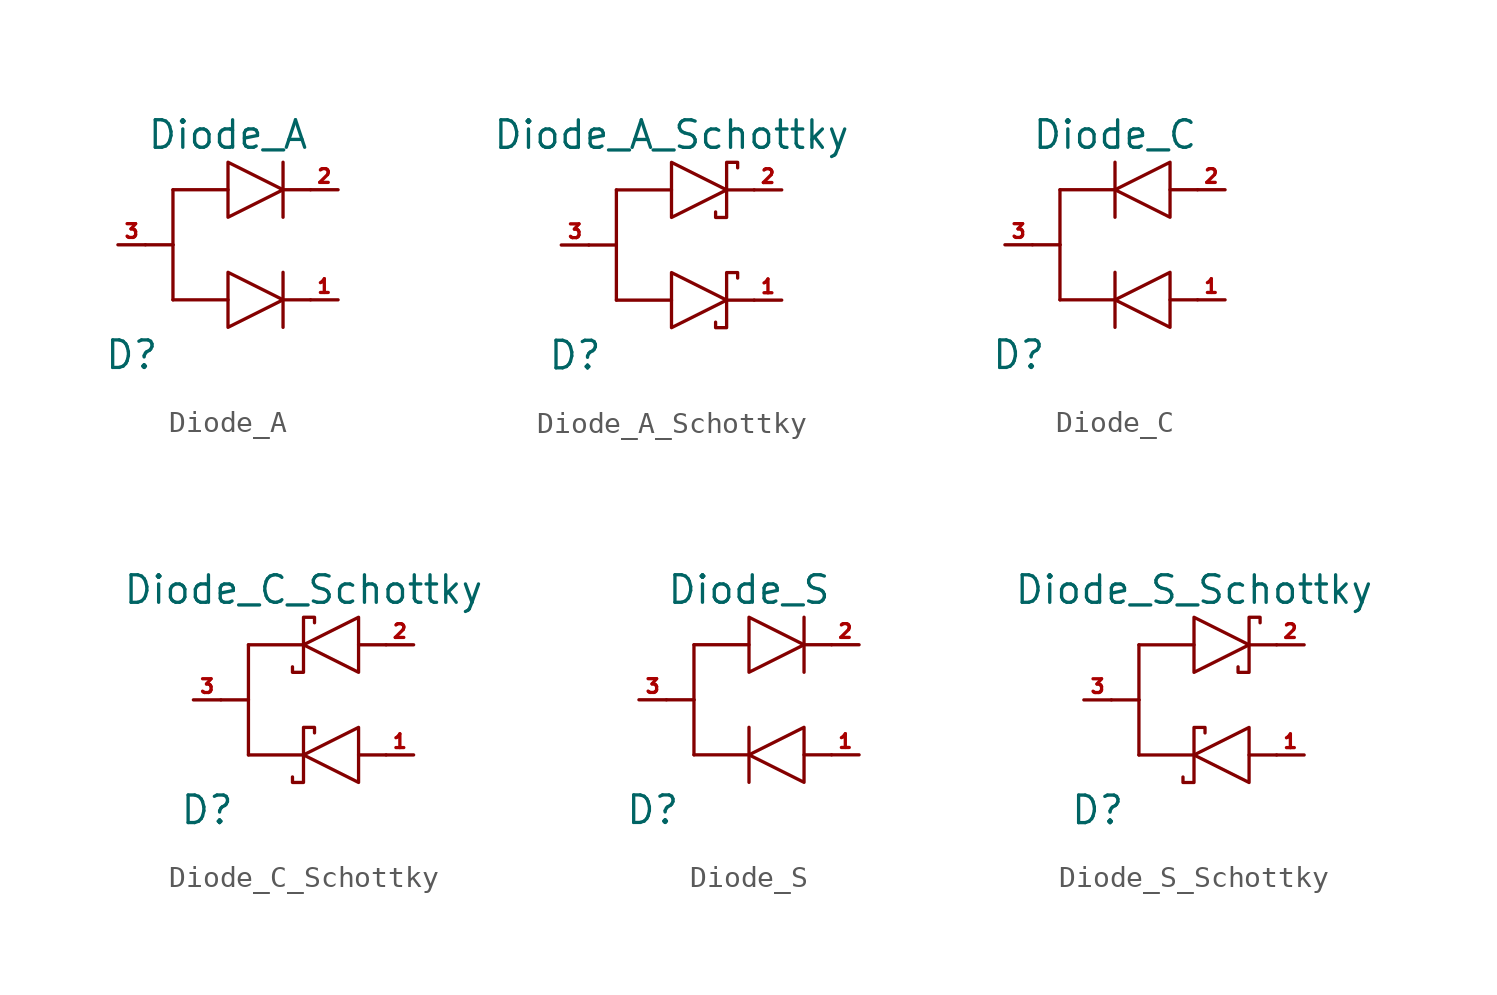
<source format=kicad_sym>
(kicad_symbol_lib
  (version 20211014)
  (generator kicad_symbol_editor)
  (symbol "Diode_A"
    (pin_names hide)
    (property "Reference" "D"
      (at -4.445 -5.08 0)
      (effects (font (size 1.27 1.27))))
    (property "Value" "Diode_A"
      (at 0 5.08 0)
      (effects (font (size 1.27 1.27))))
    (symbol "Diode_A_0_1"
      (polyline (pts (xy -3.81 0) (xy -2.54 0)) (stroke (width 0) (type default) (color 0 0 0 0)) (fill (type none)))
      (polyline (pts (xy -2.54 -2.54) (xy -2.54 0)) (stroke (width 0) (type default) (color 0 0 0 0)) (fill (type none)))
      (polyline (pts (xy -2.54 -2.54) (xy 0 -2.54)) (stroke (width 0) (type default) (color 0 0 0 0)) (fill (type none)))
      (polyline (pts (xy -2.54 2.54) (xy -2.54 0)) (stroke (width 0) (type default) (color 0 0 0 0)) (fill (type none)))
      (polyline (pts (xy -2.54 2.54) (xy 0 2.54)) (stroke (width 0) (type default) (color 0 0 0 0)) (fill (type none)))
      (polyline (pts (xy 2.54 -3.81) (xy 2.54 -1.27)) (stroke (width 0) (type default) (color 0 0 0 0)) (fill (type none)))
      (polyline (pts (xy 2.54 -2.54) (xy 3.81 -2.54)) (stroke (width 0) (type default) (color 0 0 0 0)) (fill (type none)))
      (polyline (pts (xy 2.54 1.27) (xy 2.54 3.81)) (stroke (width 0) (type default) (color 0 0 0 0)) (fill (type none)))
      (polyline (pts (xy 2.54 2.54) (xy 3.81 2.54)) (stroke (width 0) (type default) (color 0 0 0 0)) (fill (type none)))
      (polyline (pts (xy 0 -3.81) (xy 2.54 -2.54) (xy 0 -1.27) (xy 0 -3.81)) (stroke (width 0) (type default) (color 0 0 0 0)) (fill (type none)))
      (polyline (pts (xy 0 1.27) (xy 2.54 2.54) (xy 0 3.81) (xy 0 1.27)) (stroke (width 0) (type default) (color 0 0 0 0)) (fill (type none))))
    (symbol "Diode_A_1_1"
      (pin passive line (at 5.08 -2.54 180) (length 1.27) (name "Cathode" (effects (font (size 0.635 0.635)))) (number "1" (effects (font (size 0.635 0.635)))))
      (pin passive line (at 5.08 2.54 180) (length 1.27) (name "Cathode" (effects (font (size 0.635 0.635)))) (number "2" (effects (font (size 0.635 0.635)))))
      (pin passive line (at -5.08 0 0) (length 1.27) (name "Anode" (effects (font (size 0.635 0.635)))) (number "3" (effects (font (size 0.635 0.635)))))))
  (symbol "Diode_A_Schottky"
    (pin_names hide)
    (property "Reference" "D"
      (at -4.445 -5.08 0)
      (effects (font (size 1.27 1.27))))
    (property "Value" "Diode_A_Schottky"
      (at 0 5.08 0)
      (effects (font (size 1.27 1.27))))
    (symbol "Diode_A_Schottky_0_1"
      (polyline (pts (xy -3.81 0) (xy -2.54 0)) (stroke (width 0) (type default) (color 0 0 0 0)) (fill (type none)))
      (polyline (pts (xy -2.54 -2.54) (xy -2.54 0)) (stroke (width 0) (type default) (color 0 0 0 0)) (fill (type none)))
      (polyline (pts (xy -2.54 -2.54) (xy 0 -2.54)) (stroke (width 0) (type default) (color 0 0 0 0)) (fill (type none)))
      (polyline (pts (xy -2.54 2.54) (xy -2.54 0)) (stroke (width 0) (type default) (color 0 0 0 0)) (fill (type none)))
      (polyline (pts (xy -2.54 2.54) (xy 0 2.54)) (stroke (width 0) (type default) (color 0 0 0 0)) (fill (type none)))
      (polyline (pts (xy 2.54 -2.54) (xy 3.81 -2.54)) (stroke (width 0) (type default) (color 0 0 0 0)) (fill (type none)))
      (polyline (pts (xy 2.54 2.54) (xy 3.81 2.54)) (stroke (width 0) (type default) (color 0 0 0 0)) (fill (type none)))
      (polyline (pts (xy 0 -3.81) (xy 2.54 -2.54) (xy 0 -1.27) (xy 0 -3.81)) (stroke (width 0) (type default) (color 0 0 0 0)) (fill (type none)))
      (polyline (pts (xy 0 1.27) (xy 2.54 2.54) (xy 0 3.81) (xy 0 1.27)) (stroke (width 0) (type default) (color 0 0 0 0)) (fill (type none)))
      (polyline (pts (xy 3.048 -1.524) (xy 3.048 -1.27) (xy 2.54 -1.27) (xy 2.54 -3.81) (xy 2.032 -3.81) (xy 2.032 -3.556)) (stroke (width 0) (type default) (color 0 0 0 0)) (fill (type none)))
      (polyline (pts (xy 3.048 3.556) (xy 3.048 3.81) (xy 2.54 3.81) (xy 2.54 1.27) (xy 2.032 1.27) (xy 2.032 1.524)) (stroke (width 0) (type default) (color 0 0 0 0)) (fill (type none))))
    (symbol "Diode_A_Schottky_1_1"
      (pin passive line (at 5.08 -2.54 180) (length 1.27) (name "Cathode" (effects (font (size 0.635 0.635)))) (number "1" (effects (font (size 0.635 0.635)))))
      (pin passive line (at 5.08 2.54 180) (length 1.27) (name "Cathode" (effects (font (size 0.635 0.635)))) (number "2" (effects (font (size 0.635 0.635)))))
      (pin passive line (at -5.08 0 0) (length 1.27) (name "Anode" (effects (font (size 0.635 0.635)))) (number "3" (effects (font (size 0.635 0.635)))))))
  (symbol "Diode_C"
    (pin_names hide)
    (property "Reference" "D"
      (at -4.445 -5.08 0)
      (effects (font (size 1.27 1.27))))
    (property "Value" "Diode_C"
      (at 0 5.08 0)
      (effects (font (size 1.27 1.27))))
    (symbol "Diode_C_0_1"
      (polyline (pts (xy -3.81 0) (xy -2.54 0)) (stroke (width 0) (type default) (color 0 0 0 0)) (fill (type none)))
      (polyline (pts (xy -2.54 -2.54) (xy -2.54 0)) (stroke (width 0) (type default) (color 0 0 0 0)) (fill (type none)))
      (polyline (pts (xy -2.54 -2.54) (xy 0 -2.54)) (stroke (width 0) (type default) (color 0 0 0 0)) (fill (type none)))
      (polyline (pts (xy -2.54 2.54) (xy -2.54 0)) (stroke (width 0) (type default) (color 0 0 0 0)) (fill (type none)))
      (polyline (pts (xy -2.54 2.54) (xy 0 2.54)) (stroke (width 0) (type default) (color 0 0 0 0)) (fill (type none)))
      (polyline (pts (xy 0 -1.27) (xy 0 -3.81)) (stroke (width 0) (type default) (color 0 0 0 0)) (fill (type none)))
      (polyline (pts (xy 0 3.81) (xy 0 1.27)) (stroke (width 0) (type default) (color 0 0 0 0)) (fill (type none)))
      (polyline (pts (xy 2.54 -2.54) (xy 3.81 -2.54)) (stroke (width 0) (type default) (color 0 0 0 0)) (fill (type none)))
      (polyline (pts (xy 2.54 2.54) (xy 3.81 2.54)) (stroke (width 0) (type default) (color 0 0 0 0)) (fill (type none)))
      (polyline (pts (xy 2.54 -1.27) (xy 0 -2.54) (xy 2.54 -3.81) (xy 2.54 -1.27)) (stroke (width 0) (type default) (color 0 0 0 0)) (fill (type none)))
      (polyline (pts (xy 2.54 3.81) (xy 0 2.54) (xy 2.54 1.27) (xy 2.54 3.81)) (stroke (width 0) (type default) (color 0 0 0 0)) (fill (type none))))
    (symbol "Diode_C_1_1"
      (pin passive line (at 5.08 -2.54 180) (length 1.27) (name "Anode" (effects (font (size 0.635 0.635)))) (number "1" (effects (font (size 0.635 0.635)))))
      (pin passive line (at 5.08 2.54 180) (length 1.27) (name "Anode" (effects (font (size 0.635 0.635)))) (number "2" (effects (font (size 0.635 0.635)))))
      (pin passive line (at -5.08 0 0) (length 1.27) (name "Cathode" (effects (font (size 0.635 0.635)))) (number "3" (effects (font (size 0.635 0.635)))))))
  (symbol "Diode_C_Schottky"
    (pin_names hide)
    (property "Reference" "D"
      (at -4.445 -5.08 0)
      (effects (font (size 1.27 1.27))))
    (property "Value" "Diode_C_Schottky"
      (at 0 5.08 0)
      (effects (font (size 1.27 1.27))))
    (symbol "Diode_C_Schottky_0_1"
      (polyline (pts (xy -3.81 0) (xy -2.54 0)) (stroke (width 0) (type default) (color 0 0 0 0)) (fill (type none)))
      (polyline (pts (xy -2.54 -2.54) (xy -2.54 0)) (stroke (width 0) (type default) (color 0 0 0 0)) (fill (type none)))
      (polyline (pts (xy -2.54 -2.54) (xy 0 -2.54)) (stroke (width 0) (type default) (color 0 0 0 0)) (fill (type none)))
      (polyline (pts (xy -2.54 2.54) (xy -2.54 0)) (stroke (width 0) (type default) (color 0 0 0 0)) (fill (type none)))
      (polyline (pts (xy -2.54 2.54) (xy 0 2.54)) (stroke (width 0) (type default) (color 0 0 0 0)) (fill (type none)))
      (polyline (pts (xy 2.54 -2.54) (xy 3.81 -2.54)) (stroke (width 0) (type default) (color 0 0 0 0)) (fill (type none)))
      (polyline (pts (xy 2.54 2.54) (xy 3.81 2.54)) (stroke (width 0) (type default) (color 0 0 0 0)) (fill (type none)))
      (polyline (pts (xy 2.54 -1.27) (xy 0 -2.54) (xy 2.54 -3.81) (xy 2.54 -1.27)) (stroke (width 0) (type default) (color 0 0 0 0)) (fill (type none)))
      (polyline (pts (xy 2.54 3.81) (xy 0 2.54) (xy 2.54 1.27) (xy 2.54 3.81)) (stroke (width 0) (type default) (color 0 0 0 0)) (fill (type none)))
      (polyline (pts (xy 0.508 -1.524) (xy 0.508 -1.27) (xy 0 -1.27) (xy 0 -3.81) (xy -0.508 -3.81) (xy -0.508 -3.556)) (stroke (width 0) (type default) (color 0 0 0 0)) (fill (type none)))
      (polyline (pts (xy 0.508 3.556) (xy 0.508 3.81) (xy 0 3.81) (xy 0 1.27) (xy -0.508 1.27) (xy -0.508 1.524)) (stroke (width 0) (type default) (color 0 0 0 0)) (fill (type none))))
    (symbol "Diode_C_Schottky_1_1"
      (pin passive line (at 5.08 -2.54 180) (length 1.27) (name "Anode" (effects (font (size 0.635 0.635)))) (number "1" (effects (font (size 0.635 0.635)))))
      (pin passive line (at 5.08 2.54 180) (length 1.27) (name "Anode" (effects (font (size 0.635 0.635)))) (number "2" (effects (font (size 0.635 0.635)))))
      (pin passive line (at -5.08 0 0) (length 1.27) (name "Cathode" (effects (font (size 0.635 0.635)))) (number "3" (effects (font (size 0.635 0.635)))))))
  (symbol "Diode_S"
    (pin_names hide)
    (property "Reference" "D"
      (at -4.445 -5.08 0)
      (effects (font (size 1.27 1.27))))
    (property "Value" "Diode_S"
      (at 0 5.08 0)
      (effects (font (size 1.27 1.27))))
    (symbol "Diode_S_0_1"
      (polyline (pts (xy -3.81 0) (xy -2.54 0)) (stroke (width 0) (type default) (color 0 0 0 0)) (fill (type none)))
      (polyline (pts (xy -2.54 -2.54) (xy -2.54 0)) (stroke (width 0) (type default) (color 0 0 0 0)) (fill (type none)))
      (polyline (pts (xy -2.54 -2.54) (xy 0 -2.54)) (stroke (width 0) (type default) (color 0 0 0 0)) (fill (type none)))
      (polyline (pts (xy -2.54 2.54) (xy -2.54 0)) (stroke (width 0) (type default) (color 0 0 0 0)) (fill (type none)))
      (polyline (pts (xy -2.54 2.54) (xy 0 2.54)) (stroke (width 0) (type default) (color 0 0 0 0)) (fill (type none)))
      (polyline (pts (xy 0 -1.27) (xy 0 -3.81)) (stroke (width 0) (type default) (color 0 0 0 0)) (fill (type none)))
      (polyline (pts (xy 2.54 -2.54) (xy 3.81 -2.54)) (stroke (width 0) (type default) (color 0 0 0 0)) (fill (type none)))
      (polyline (pts (xy 2.54 1.27) (xy 2.54 3.81)) (stroke (width 0) (type default) (color 0 0 0 0)) (fill (type none)))
      (polyline (pts (xy 2.54 2.54) (xy 3.81 2.54)) (stroke (width 0) (type default) (color 0 0 0 0)) (fill (type none)))
      (polyline (pts (xy 0 1.27) (xy 2.54 2.54) (xy 0 3.81) (xy 0 1.27)) (stroke (width 0) (type default) (color 0 0 0 0)) (fill (type none)))
      (polyline (pts (xy 2.54 -1.27) (xy 0 -2.54) (xy 2.54 -3.81) (xy 2.54 -1.27)) (stroke (width 0) (type default) (color 0 0 0 0)) (fill (type none))))
    (symbol "Diode_S_1_1"
      (pin passive line (at 5.08 -2.54 180) (length 1.27) (name "Anode" (effects (font (size 0.635 0.635)))) (number "1" (effects (font (size 0.635 0.635)))))
      (pin passive line (at 5.08 2.54 180) (length 1.27) (name "Cathode" (effects (font (size 0.635 0.635)))) (number "2" (effects (font (size 0.635 0.635)))))
      (pin passive line (at -5.08 0 0) (length 1.27) (name "COM" (effects (font (size 0.635 0.635)))) (number "3" (effects (font (size 0.635 0.635)))))))
  (symbol "Diode_S_Schottky"
    (pin_names hide)
    (property "Reference" "D"
      (at -4.445 -5.08 0)
      (effects (font (size 1.27 1.27))))
    (property "Value" "Diode_S_Schottky"
      (at 0 5.08 0)
      (effects (font (size 1.27 1.27))))
    (symbol "Diode_S_Schottky_0_1"
      (polyline (pts (xy -3.81 0) (xy -2.54 0)) (stroke (width 0) (type default) (color 0 0 0 0)) (fill (type none)))
      (polyline (pts (xy -2.54 -2.54) (xy -2.54 0)) (stroke (width 0) (type default) (color 0 0 0 0)) (fill (type none)))
      (polyline (pts (xy -2.54 -2.54) (xy 0 -2.54)) (stroke (width 0) (type default) (color 0 0 0 0)) (fill (type none)))
      (polyline (pts (xy -2.54 2.54) (xy -2.54 0)) (stroke (width 0) (type default) (color 0 0 0 0)) (fill (type none)))
      (polyline (pts (xy -2.54 2.54) (xy 0 2.54)) (stroke (width 0) (type default) (color 0 0 0 0)) (fill (type none)))
      (polyline (pts (xy 2.54 -2.54) (xy 3.81 -2.54)) (stroke (width 0) (type default) (color 0 0 0 0)) (fill (type none)))
      (polyline (pts (xy 2.54 2.54) (xy 3.81 2.54)) (stroke (width 0) (type default) (color 0 0 0 0)) (fill (type none)))
      (polyline (pts (xy 0 1.27) (xy 2.54 2.54) (xy 0 3.81) (xy 0 1.27)) (stroke (width 0) (type default) (color 0 0 0 0)) (fill (type none)))
      (polyline (pts (xy 2.54 -1.27) (xy 0 -2.54) (xy 2.54 -3.81) (xy 2.54 -1.27)) (stroke (width 0) (type default) (color 0 0 0 0)) (fill (type none)))
      (polyline (pts (xy 0.508 -1.524) (xy 0.508 -1.27) (xy 0 -1.27) (xy 0 -3.81) (xy -0.508 -3.81) (xy -0.508 -3.556)) (stroke (width 0) (type default) (color 0 0 0 0)) (fill (type none)))
      (polyline (pts (xy 3.048 3.556) (xy 3.048 3.81) (xy 2.54 3.81) (xy 2.54 1.27) (xy 2.032 1.27) (xy 2.032 1.524)) (stroke (width 0) (type default) (color 0 0 0 0)) (fill (type none))))
    (symbol "Diode_S_Schottky_1_1"
      (pin passive line (at 5.08 -2.54 180) (length 1.27) (name "Anode" (effects (font (size 0.635 0.635)))) (number "1" (effects (font (size 0.635 0.635)))))
      (pin passive line (at 5.08 2.54 180) (length 1.27) (name "Cathode" (effects (font (size 0.635 0.635)))) (number "2" (effects (font (size 0.635 0.635)))))
      (pin passive line (at -5.08 0 0) (length 1.27) (name "COM" (effects (font (size 0.635 0.635)))) (number "3" (effects (font (size 0.635 0.635))))))))
</source>
